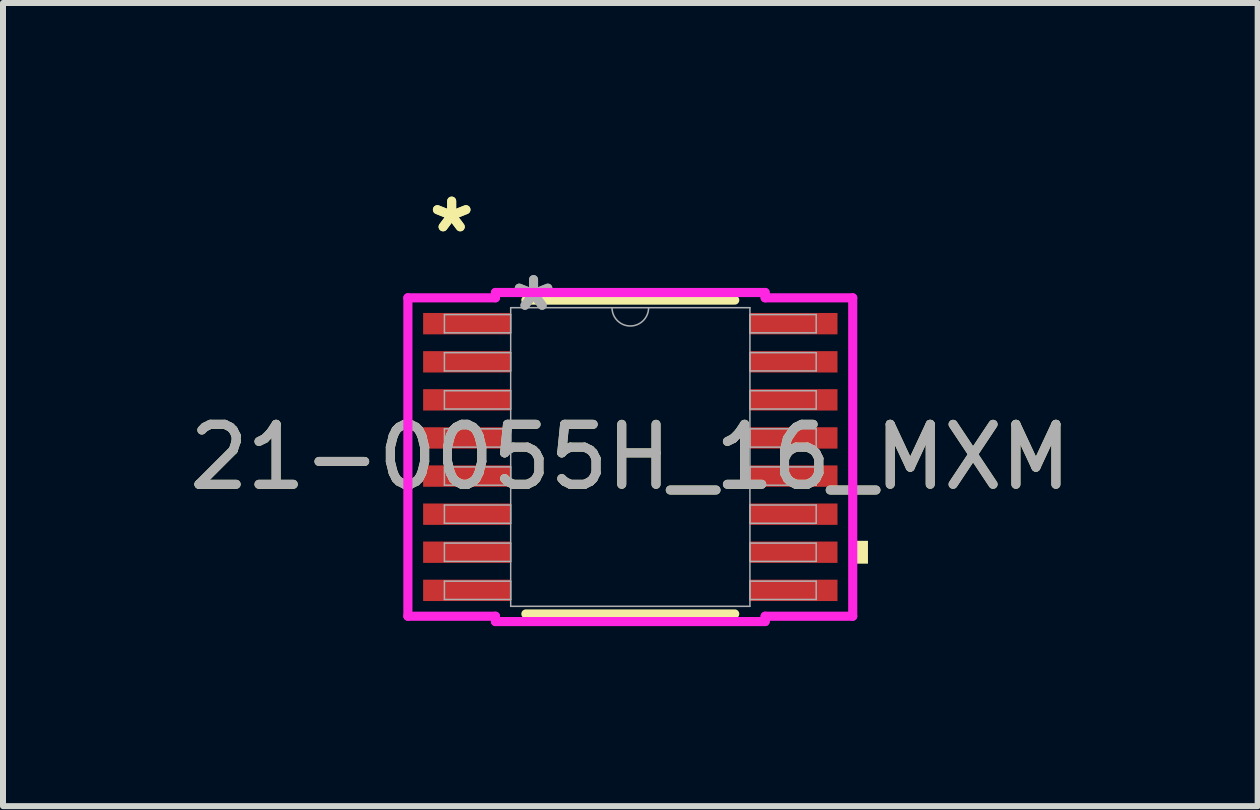
<source format=kicad_pcb>
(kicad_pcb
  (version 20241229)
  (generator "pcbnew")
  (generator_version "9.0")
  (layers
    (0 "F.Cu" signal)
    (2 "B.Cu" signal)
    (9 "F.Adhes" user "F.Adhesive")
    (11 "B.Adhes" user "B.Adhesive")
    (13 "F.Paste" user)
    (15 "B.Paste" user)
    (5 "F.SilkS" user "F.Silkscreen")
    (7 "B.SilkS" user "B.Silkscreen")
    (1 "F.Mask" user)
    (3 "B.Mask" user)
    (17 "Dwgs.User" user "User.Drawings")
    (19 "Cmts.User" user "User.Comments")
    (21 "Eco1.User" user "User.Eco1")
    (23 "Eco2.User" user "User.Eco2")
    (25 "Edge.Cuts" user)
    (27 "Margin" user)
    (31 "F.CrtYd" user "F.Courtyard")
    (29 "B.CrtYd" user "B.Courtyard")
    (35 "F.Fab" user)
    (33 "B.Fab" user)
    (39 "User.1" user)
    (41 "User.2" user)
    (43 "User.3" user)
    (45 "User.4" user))
  (footprint "21-0055H_16_MXM"
    (layer "F.Cu")
    (at 7.458 4.569)
    (property "Reference" "21-0055H_16_MXM" (at 0 0 0) (unlocked yes) (layer "F.SilkS") (effects (font (size 1 1) (thickness 0.15))))
    (attr smd)
    (fp_line (start -1.741 2.616) (end 1.741 2.616) (stroke (width 0.152) (type solid)) (layer "F.SilkS"))
    (fp_line (start 1.741 -2.616) (end -1.741 -2.616) (stroke (width 0.152) (type solid)) (layer "F.SilkS"))
    (fp_poly (pts (xy 3.962 1.397) (xy 3.962 1.778) (xy 3.708 1.778) (xy 3.708 1.397)) (stroke (width 0) (type solid)) (fill yes) (layer "F.SilkS"))
    (fp_line (start -3.708 -2.654) (end -2.248 -2.654) (stroke (width 0.152) (type solid)) (layer "F.CrtYd"))
    (fp_line (start -3.708 2.654) (end -3.708 -2.654) (stroke (width 0.152) (type solid)) (layer "F.CrtYd"))
    (fp_line (start -3.708 2.654) (end -2.248 2.654) (stroke (width 0.152) (type solid)) (layer "F.CrtYd"))
    (fp_line (start -2.248 -2.743) (end 2.248 -2.743) (stroke (width 0.152) (type solid)) (layer "F.CrtYd"))
    (fp_line (start -2.248 -2.654) (end -2.248 -2.743) (stroke (width 0.152) (type solid)) (layer "F.CrtYd"))
    (fp_line (start -2.248 2.743) (end -2.248 2.654) (stroke (width 0.152) (type solid)) (layer "F.CrtYd"))
    (fp_line (start 2.248 -2.743) (end 2.248 -2.654) (stroke (width 0.152) (type solid)) (layer "F.CrtYd"))
    (fp_line (start 2.248 2.654) (end 2.248 2.743) (stroke (width 0.152) (type solid)) (layer "F.CrtYd"))
    (fp_line (start 2.248 2.743) (end -2.248 2.743) (stroke (width 0.152) (type solid)) (layer "F.CrtYd"))
    (fp_line (start 3.708 -2.654) (end 2.248 -2.654) (stroke (width 0.152) (type solid)) (layer "F.CrtYd"))
    (fp_line (start 3.708 -2.654) (end 3.708 2.654) (stroke (width 0.152) (type solid)) (layer "F.CrtYd"))
    (fp_line (start 3.708 2.654) (end 2.248 2.654) (stroke (width 0.152) (type solid)) (layer "F.CrtYd"))
    (fp_line (start -3.099 -2.375) (end -3.099 -2.07) (stroke (width 0.025) (type solid)) (layer "F.Fab"))
    (fp_line (start -3.099 -2.07) (end -1.994 -2.07) (stroke (width 0.025) (type solid)) (layer "F.Fab"))
    (fp_line (start -3.099 -1.74) (end -3.099 -1.435) (stroke (width 0.025) (type solid)) (layer "F.Fab"))
    (fp_line (start -3.099 -1.435) (end -1.994 -1.435) (stroke (width 0.025) (type solid)) (layer "F.Fab"))
    (fp_line (start -3.099 -1.105) (end -3.099 -0.8) (stroke (width 0.025) (type solid)) (layer "F.Fab"))
    (fp_line (start -3.099 -0.8) (end -1.994 -0.8) (stroke (width 0.025) (type solid)) (layer "F.Fab"))
    (fp_line (start -3.099 -0.47) (end -3.099 -0.165) (stroke (width 0.025) (type solid)) (layer "F.Fab"))
    (fp_line (start -3.099 -0.165) (end -1.994 -0.165) (stroke (width 0.025) (type solid)) (layer "F.Fab"))
    (fp_line (start -3.099 0.165) (end -3.099 0.47) (stroke (width 0.025) (type solid)) (layer "F.Fab"))
    (fp_line (start -3.099 0.47) (end -1.994 0.47) (stroke (width 0.025) (type solid)) (layer "F.Fab"))
    (fp_line (start -3.099 0.8) (end -3.099 1.105) (stroke (width 0.025) (type solid)) (layer "F.Fab"))
    (fp_line (start -3.099 1.105) (end -1.994 1.105) (stroke (width 0.025) (type solid)) (layer "F.Fab"))
    (fp_line (start -3.099 1.435) (end -3.099 1.74) (stroke (width 0.025) (type solid)) (layer "F.Fab"))
    (fp_line (start -3.099 1.74) (end -1.994 1.74) (stroke (width 0.025) (type solid)) (layer "F.Fab"))
    (fp_line (start -3.099 2.07) (end -3.099 2.375) (stroke (width 0.025) (type solid)) (layer "F.Fab"))
    (fp_line (start -3.099 2.375) (end -1.994 2.375) (stroke (width 0.025) (type solid)) (layer "F.Fab"))
    (fp_line (start -1.994 -2.489) (end -1.994 2.489) (stroke (width 0.025) (type solid)) (layer "F.Fab"))
    (fp_line (start -1.994 -2.375) (end -3.099 -2.375) (stroke (width 0.025) (type solid)) (layer "F.Fab"))
    (fp_line (start -1.994 -2.07) (end -1.994 -2.375) (stroke (width 0.025) (type solid)) (layer "F.Fab"))
    (fp_line (start -1.994 -1.74) (end -3.099 -1.74) (stroke (width 0.025) (type solid)) (layer "F.Fab"))
    (fp_line (start -1.994 -1.435) (end -1.994 -1.74) (stroke (width 0.025) (type solid)) (layer "F.Fab"))
    (fp_line (start -1.994 -1.105) (end -3.099 -1.105) (stroke (width 0.025) (type solid)) (layer "F.Fab"))
    (fp_line (start -1.994 -0.8) (end -1.994 -1.105) (stroke (width 0.025) (type solid)) (layer "F.Fab"))
    (fp_line (start -1.994 -0.47) (end -3.099 -0.47) (stroke (width 0.025) (type solid)) (layer "F.Fab"))
    (fp_line (start -1.994 -0.165) (end -1.994 -0.47) (stroke (width 0.025) (type solid)) (layer "F.Fab"))
    (fp_line (start -1.994 0.165) (end -3.099 0.165) (stroke (width 0.025) (type solid)) (layer "F.Fab"))
    (fp_line (start -1.994 0.47) (end -1.994 0.165) (stroke (width 0.025) (type solid)) (layer "F.Fab"))
    (fp_line (start -1.994 0.8) (end -3.099 0.8) (stroke (width 0.025) (type solid)) (layer "F.Fab"))
    (fp_line (start -1.994 1.105) (end -1.994 0.8) (stroke (width 0.025) (type solid)) (layer "F.Fab"))
    (fp_line (start -1.994 1.435) (end -3.099 1.435) (stroke (width 0.025) (type solid)) (layer "F.Fab"))
    (fp_line (start -1.994 1.74) (end -1.994 1.435) (stroke (width 0.025) (type solid)) (layer "F.Fab"))
    (fp_line (start -1.994 2.07) (end -3.099 2.07) (stroke (width 0.025) (type solid)) (layer "F.Fab"))
    (fp_line (start -1.994 2.375) (end -1.994 2.07) (stroke (width 0.025) (type solid)) (layer "F.Fab"))
    (fp_line (start -1.994 2.489) (end 1.994 2.489) (stroke (width 0.025) (type solid)) (layer "F.Fab"))
    (fp_line (start 1.994 -2.489) (end -1.994 -2.489) (stroke (width 0.025) (type solid)) (layer "F.Fab"))
    (fp_line (start 1.994 -2.375) (end 1.994 -2.07) (stroke (width 0.025) (type solid)) (layer "F.Fab"))
    (fp_line (start 1.994 -2.07) (end 3.099 -2.07) (stroke (width 0.025) (type solid)) (layer "F.Fab"))
    (fp_line (start 1.994 -1.74) (end 1.994 -1.435) (stroke (width 0.025) (type solid)) (layer "F.Fab"))
    (fp_line (start 1.994 -1.435) (end 3.099 -1.435) (stroke (width 0.025) (type solid)) (layer "F.Fab"))
    (fp_line (start 1.994 -1.105) (end 1.994 -0.8) (stroke (width 0.025) (type solid)) (layer "F.Fab"))
    (fp_line (start 1.994 -0.8) (end 3.099 -0.8) (stroke (width 0.025) (type solid)) (layer "F.Fab"))
    (fp_line (start 1.994 -0.47) (end 1.994 -0.165) (stroke (width 0.025) (type solid)) (layer "F.Fab"))
    (fp_line (start 1.994 -0.165) (end 3.099 -0.165) (stroke (width 0.025) (type solid)) (layer "F.Fab"))
    (fp_line (start 1.994 0.165) (end 1.994 0.47) (stroke (width 0.025) (type solid)) (layer "F.Fab"))
    (fp_line (start 1.994 0.47) (end 3.099 0.47) (stroke (width 0.025) (type solid)) (layer "F.Fab"))
    (fp_line (start 1.994 0.8) (end 1.994 1.105) (stroke (width 0.025) (type solid)) (layer "F.Fab"))
    (fp_line (start 1.994 1.105) (end 3.099 1.105) (stroke (width 0.025) (type solid)) (layer "F.Fab"))
    (fp_line (start 1.994 1.435) (end 1.994 1.74) (stroke (width 0.025) (type solid)) (layer "F.Fab"))
    (fp_line (start 1.994 1.74) (end 3.099 1.74) (stroke (width 0.025) (type solid)) (layer "F.Fab"))
    (fp_line (start 1.994 2.07) (end 1.994 2.375) (stroke (width 0.025) (type solid)) (layer "F.Fab"))
    (fp_line (start 1.994 2.375) (end 3.099 2.375) (stroke (width 0.025) (type solid)) (layer "F.Fab"))
    (fp_line (start 1.994 2.489) (end 1.994 -2.489) (stroke (width 0.025) (type solid)) (layer "F.Fab"))
    (fp_line (start 3.099 -2.375) (end 1.994 -2.375) (stroke (width 0.025) (type solid)) (layer "F.Fab"))
    (fp_line (start 3.099 -2.07) (end 3.099 -2.375) (stroke (width 0.025) (type solid)) (layer "F.Fab"))
    (fp_line (start 3.099 -1.74) (end 1.994 -1.74) (stroke (width 0.025) (type solid)) (layer "F.Fab"))
    (fp_line (start 3.099 -1.435) (end 3.099 -1.74) (stroke (width 0.025) (type solid)) (layer "F.Fab"))
    (fp_line (start 3.099 -1.105) (end 1.994 -1.105) (stroke (width 0.025) (type solid)) (layer "F.Fab"))
    (fp_line (start 3.099 -0.8) (end 3.099 -1.105) (stroke (width 0.025) (type solid)) (layer "F.Fab"))
    (fp_line (start 3.099 -0.47) (end 1.994 -0.47) (stroke (width 0.025) (type solid)) (layer "F.Fab"))
    (fp_line (start 3.099 -0.165) (end 3.099 -0.47) (stroke (width 0.025) (type solid)) (layer "F.Fab"))
    (fp_line (start 3.099 0.165) (end 1.994 0.165) (stroke (width 0.025) (type solid)) (layer "F.Fab"))
    (fp_line (start 3.099 0.47) (end 3.099 0.165) (stroke (width 0.025) (type solid)) (layer "F.Fab"))
    (fp_line (start 3.099 0.8) (end 1.994 0.8) (stroke (width 0.025) (type solid)) (layer "F.Fab"))
    (fp_line (start 3.099 1.105) (end 3.099 0.8) (stroke (width 0.025) (type solid)) (layer "F.Fab"))
    (fp_line (start 3.099 1.435) (end 1.994 1.435) (stroke (width 0.025) (type solid)) (layer "F.Fab"))
    (fp_line (start 3.099 1.74) (end 3.099 1.435) (stroke (width 0.025) (type solid)) (layer "F.Fab"))
    (fp_line (start 3.099 2.07) (end 1.994 2.07) (stroke (width 0.025) (type solid)) (layer "F.Fab"))
    (fp_line (start 3.099 2.375) (end 3.099 2.07) (stroke (width 0.025) (type solid)) (layer "F.Fab"))
    (fp_arc (start 0.3048 -2.4892) (mid 0 -2.1844) (end -0.3048 -2.4892) (stroke (width 0.0254) (type solid)) (layer "F.Fab"))
    (fp_text user "*" (at -2.978 -3.721 0) (unlocked yes) (layer "F.SilkS") (effects (font (size 1 1) (thickness 0.15))))
    (fp_text user "*" (at -2.978 -3.721 0) (layer "F.SilkS") (effects (font (size 1 1) (thickness 0.15))))
    (fp_text user "*" (at -1.613 -2.413 0) (unlocked yes) (layer "F.Fab") (effects (font (size 1 1) (thickness 0.15))))
    (fp_text user "${REFERENCE}" (at 0 0 0) (unlocked yes) (layer "F.Fab") (effects (font (size 1 1) (thickness 0.15))))
    (fp_text user "*" (at -1.613 -2.413 0) (layer "F.Fab") (effects (font (size 1 1) (thickness 0.15))))
    (pad "1" smd rect (at -2.724 -2.223) (size 1.46 0.356) (layers "F.Cu" "F.Mask" "F.Paste"))
    (pad "2" smd rect (at -2.724 -1.587) (size 1.46 0.356) (layers "F.Cu" "F.Mask" "F.Paste"))
    (pad "3" smd rect (at -2.724 -0.953) (size 1.46 0.356) (layers "F.Cu" "F.Mask" "F.Paste"))
    (pad "4" smd rect (at -2.724 -0.318) (size 1.46 0.356) (layers "F.Cu" "F.Mask" "F.Paste"))
    (pad "5" smd rect (at -2.724 0.318) (size 1.46 0.356) (layers "F.Cu" "F.Mask" "F.Paste"))
    (pad "6" smd rect (at -2.724 0.953) (size 1.46 0.356) (layers "F.Cu" "F.Mask" "F.Paste"))
    (pad "7" smd rect (at -2.724 1.587) (size 1.46 0.356) (layers "F.Cu" "F.Mask" "F.Paste"))
    (pad "8" smd rect (at -2.724 2.223) (size 1.46 0.356) (layers "F.Cu" "F.Mask" "F.Paste"))
    (pad "9" smd rect (at 2.724 2.223) (size 1.46 0.356) (layers "F.Cu" "F.Mask" "F.Paste"))
    (pad "10" smd rect (at 2.724 1.587) (size 1.46 0.356) (layers "F.Cu" "F.Mask" "F.Paste"))
    (pad "11" smd rect (at 2.724 0.953) (size 1.46 0.356) (layers "F.Cu" "F.Mask" "F.Paste"))
    (pad "12" smd rect (at 2.724 0.318) (size 1.46 0.356) (layers "F.Cu" "F.Mask" "F.Paste"))
    (pad "13" smd rect (at 2.724 -0.318) (size 1.46 0.356) (layers "F.Cu" "F.Mask" "F.Paste"))
    (pad "14" smd rect (at 2.724 -0.953) (size 1.46 0.356) (layers "F.Cu" "F.Mask" "F.Paste"))
    (pad "15" smd rect (at 2.724 -1.587) (size 1.46 0.356) (layers "F.Cu" "F.Mask" "F.Paste"))
    (pad "16" smd rect (at 2.724 -2.223) (size 1.46 0.356) (layers "F.Cu" "F.Mask" "F.Paste")))
  (gr_rect
    (start -3 -3)
    (end 17.917 10.389)
    (stroke (width 0.1) (type default))
    (fill no)
    (layer "Edge.Cuts")))
</source>
